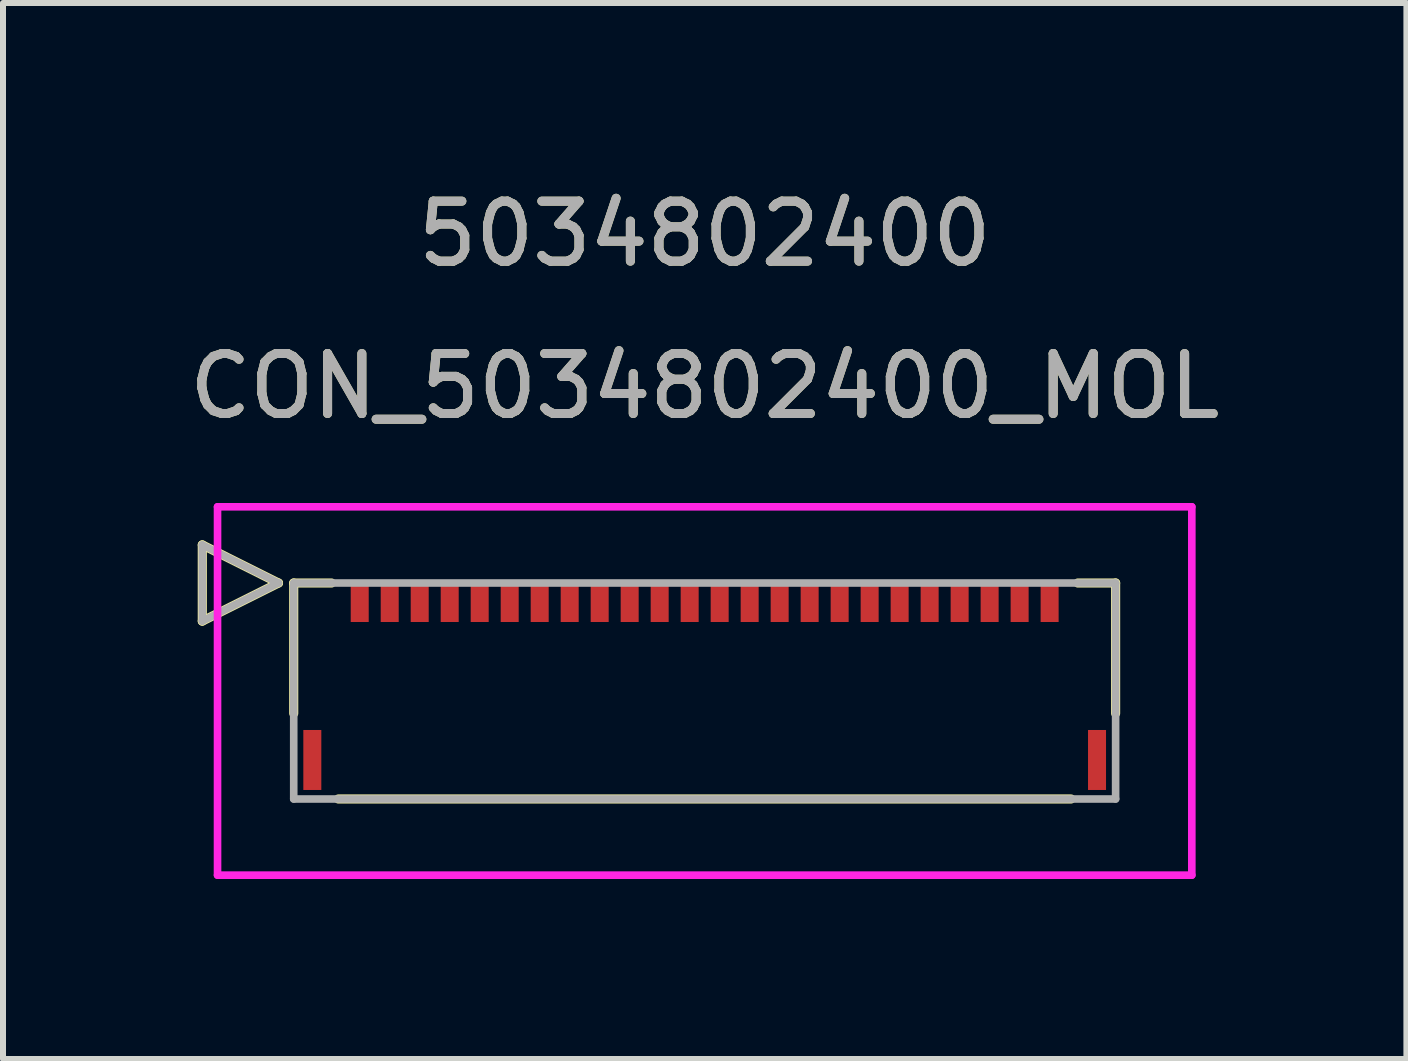
<source format=kicad_pcb>
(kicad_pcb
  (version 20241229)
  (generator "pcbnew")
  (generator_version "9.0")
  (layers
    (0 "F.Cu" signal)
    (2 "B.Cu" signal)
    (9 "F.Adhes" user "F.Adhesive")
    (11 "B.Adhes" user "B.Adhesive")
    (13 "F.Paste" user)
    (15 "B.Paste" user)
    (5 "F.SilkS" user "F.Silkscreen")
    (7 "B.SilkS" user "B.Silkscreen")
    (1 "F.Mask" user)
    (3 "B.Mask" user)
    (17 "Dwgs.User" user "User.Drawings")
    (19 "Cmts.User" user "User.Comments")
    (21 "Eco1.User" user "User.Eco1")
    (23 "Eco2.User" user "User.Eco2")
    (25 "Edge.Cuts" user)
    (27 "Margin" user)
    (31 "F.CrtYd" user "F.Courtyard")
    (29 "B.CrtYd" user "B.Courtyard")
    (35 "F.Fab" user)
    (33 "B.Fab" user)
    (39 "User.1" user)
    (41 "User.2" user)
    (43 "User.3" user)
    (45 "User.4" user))
  (footprint "CON_5034802400_MOL"
    (layer "F.Cu")
    (at 8.696 8.468)
    (property "Reference" "CON_5034802400_MOL" (at 0 -5.08 0) (unlocked yes) (layer "F.SilkS") (effects (font (size 1 1) (thickness 0.15))))
    (attr smd)
    (fp_line (start -8.374 -2.435) (end -8.374 -1.165) (stroke (width 0.152) (type solid)) (layer "F.SilkS"))
    (fp_line (start -8.374 -1.165) (end -7.104 -1.8) (stroke (width 0.152) (type solid)) (layer "F.SilkS"))
    (fp_line (start -7.104 -1.8) (end -8.374 -2.435) (stroke (width 0.152) (type solid)) (layer "F.SilkS"))
    (fp_line (start -6.85 -1.8) (end -6.85 0.373) (stroke (width 0.152) (type solid)) (layer "F.SilkS"))
    (fp_line (start -6.22 -1.8) (end -6.85 -1.8) (stroke (width 0.152) (type solid)) (layer "F.SilkS"))
    (fp_line (start -6.107 1.8) (end 6.107 1.8) (stroke (width 0.152) (type solid)) (layer "F.SilkS"))
    (fp_line (start 6.85 -1.8) (end 6.22 -1.8) (stroke (width 0.152) (type solid)) (layer "F.SilkS"))
    (fp_line (start 6.85 0.373) (end 6.85 -1.8) (stroke (width 0.152) (type solid)) (layer "F.SilkS"))
    (fp_line (start -8.12 -3.07) (end -8.12 3.07) (stroke (width 0.127) (type solid)) (layer "F.CrtYd"))
    (fp_line (start -8.12 3.07) (end 8.12 3.07) (stroke (width 0.127) (type solid)) (layer "F.CrtYd"))
    (fp_line (start 8.12 -3.07) (end -8.12 -3.07) (stroke (width 0.127) (type solid)) (layer "F.CrtYd"))
    (fp_line (start 8.12 3.07) (end 8.12 -3.07) (stroke (width 0.127) (type solid)) (layer "F.CrtYd"))
    (fp_line (start -8.374 -2.435) (end -8.374 -1.165) (stroke (width 0.127) (type solid)) (layer "F.Fab"))
    (fp_line (start -8.374 -1.165) (end -7.104 -1.8) (stroke (width 0.127) (type solid)) (layer "F.Fab"))
    (fp_line (start -7.104 -1.8) (end -8.374 -2.435) (stroke (width 0.127) (type solid)) (layer "F.Fab"))
    (fp_line (start -6.85 -1.8) (end -6.85 1.8) (stroke (width 0.127) (type solid)) (layer "F.Fab"))
    (fp_line (start -6.85 1.8) (end 6.85 1.8) (stroke (width 0.127) (type solid)) (layer "F.Fab"))
    (fp_line (start 6.85 -1.8) (end -6.85 -1.8) (stroke (width 0.127) (type solid)) (layer "F.Fab"))
    (fp_line (start 6.85 1.8) (end 6.85 -1.8) (stroke (width 0.127) (type solid)) (layer "F.Fab"))
    (fp_text user "5034802400" (at 0 -7.62 0) (unlocked yes) (layer "F.SilkS") (effects (font (size 1 1) (thickness 0.15))))
    (fp_text user "${REFERENCE}" (at 0 -5.08 0) (unlocked yes) (layer "F.Fab") (effects (font (size 1 1) (thickness 0.15))))
    (fp_text user "5034802400" (at 0 -7.62 0) (unlocked yes) (layer "F.Fab") (effects (font (size 1 1) (thickness 0.15))))
    (pad "1" smd rect (at -5.75 -1.5) (size 0.3 0.7) (layers "F.Cu" "F.Mask" "F.Paste"))
    (pad "2" smd rect (at -5.25 -1.5) (size 0.3 0.7) (layers "F.Cu" "F.Mask" "F.Paste"))
    (pad "3" smd rect (at -4.75 -1.5) (size 0.3 0.7) (layers "F.Cu" "F.Mask" "F.Paste"))
    (pad "4" smd rect (at -4.25 -1.5) (size 0.3 0.7) (layers "F.Cu" "F.Mask" "F.Paste"))
    (pad "5" smd rect (at -3.75 -1.5) (size 0.3 0.7) (layers "F.Cu" "F.Mask" "F.Paste"))
    (pad "6" smd rect (at -3.25 -1.5) (size 0.3 0.7) (layers "F.Cu" "F.Mask" "F.Paste"))
    (pad "7" smd rect (at -2.75 -1.5) (size 0.3 0.7) (layers "F.Cu" "F.Mask" "F.Paste"))
    (pad "8" smd rect (at -2.25 -1.5) (size 0.3 0.7) (layers "F.Cu" "F.Mask" "F.Paste"))
    (pad "9" smd rect (at -1.75 -1.5) (size 0.3 0.7) (layers "F.Cu" "F.Mask" "F.Paste"))
    (pad "10" smd rect (at -1.25 -1.5) (size 0.3 0.7) (layers "F.Cu" "F.Mask" "F.Paste"))
    (pad "11" smd rect (at -0.75 -1.5) (size 0.3 0.7) (layers "F.Cu" "F.Mask" "F.Paste"))
    (pad "12" smd rect (at -0.25 -1.5) (size 0.3 0.7) (layers "F.Cu" "F.Mask" "F.Paste"))
    (pad "13" smd rect (at 0.25 -1.5) (size 0.3 0.7) (layers "F.Cu" "F.Mask" "F.Paste"))
    (pad "14" smd rect (at 0.75 -1.5) (size 0.3 0.7) (layers "F.Cu" "F.Mask" "F.Paste"))
    (pad "15" smd rect (at 1.25 -1.5) (size 0.3 0.7) (layers "F.Cu" "F.Mask" "F.Paste"))
    (pad "16" smd rect (at 1.75 -1.5) (size 0.3 0.7) (layers "F.Cu" "F.Mask" "F.Paste"))
    (pad "17" smd rect (at 2.25 -1.5) (size 0.3 0.7) (layers "F.Cu" "F.Mask" "F.Paste"))
    (pad "18" smd rect (at 2.75 -1.5) (size 0.3 0.7) (layers "F.Cu" "F.Mask" "F.Paste"))
    (pad "19" smd rect (at 3.25 -1.5) (size 0.3 0.7) (layers "F.Cu" "F.Mask" "F.Paste"))
    (pad "20" smd rect (at 3.75 -1.5) (size 0.3 0.7) (layers "F.Cu" "F.Mask" "F.Paste"))
    (pad "21" smd rect (at 4.25 -1.5) (size 0.3 0.7) (layers "F.Cu" "F.Mask" "F.Paste"))
    (pad "22" smd rect (at 4.75 -1.5) (size 0.3 0.7) (layers "F.Cu" "F.Mask" "F.Paste"))
    (pad "23" smd rect (at 5.25 -1.5) (size 0.3 0.7) (layers "F.Cu" "F.Mask" "F.Paste"))
    (pad "24" smd rect (at 5.75 -1.5) (size 0.3 0.7) (layers "F.Cu" "F.Mask" "F.Paste"))
    (pad "P1" smd rect (at -6.54 1.15) (size 0.3 1) (layers "F.Cu" "F.Mask" "F.Paste"))
    (pad "P2" smd rect (at 6.54 1.15) (size 0.3 1) (layers "F.Cu" "F.Mask" "F.Paste")))
  (gr_rect
    (start -3 -3)
    (end 20.393 14.602)
    (stroke (width 0.1) (type default))
    (fill no)
    (layer "Edge.Cuts")))
</source>
